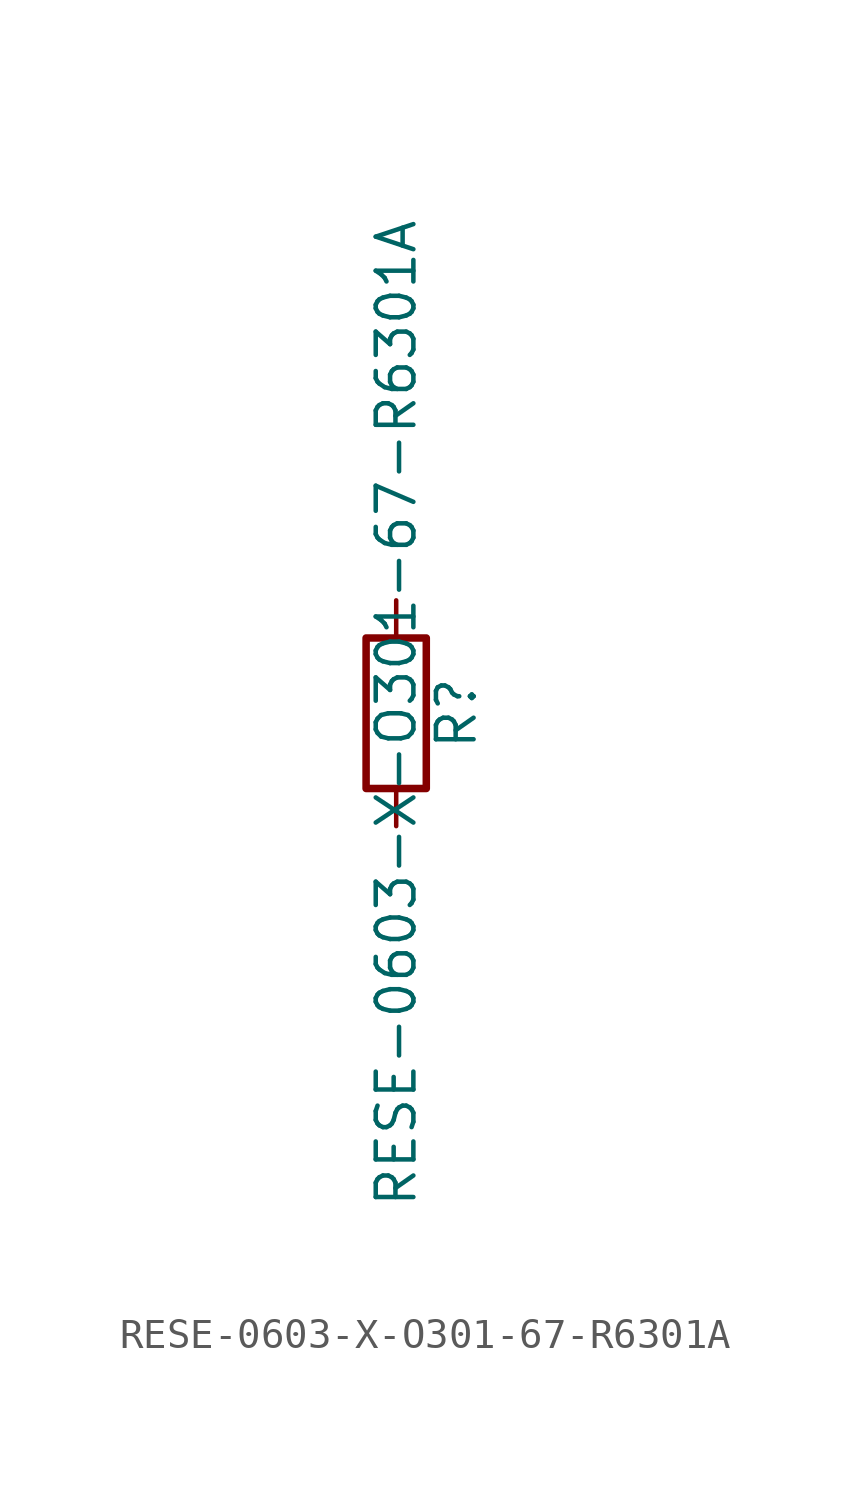
<source format=kicad_sym>
(kicad_symbol_lib
  (version 20211014)
  (generator kicad_symbol_editor)
  (symbol "RESE-0603-X-O301-67-R6301A"
    (pin_numbers hide)
    (pin_names
      (offset 0))
    (property "Reference" "R"
      (at 2.032 0 90)
      (effects (font (size 1.27 1.27))))
    (property "Value" "RESE-0603-X-O301-67-R6301A"
      (at 0 0 90)
      (effects (font (size 1.27 1.27))))
    (symbol "RESE-0603-X-O301-67-R6301A_0_1"
      (rectangle (start -1.016 -2.54) (end 1.016 2.54) (stroke (width 0.254) (type default) (color 0 0 0 0)) (fill (type none))))
    (symbol "RESE-0603-X-O301-67-R6301A_1_1"
      (pin passive line (at 0 3.81 270) (length 1.27) (name "~" (effects (font (size 1.27 1.27)))) (number "1" (effects (font (size 1.27 1.27)))))
      (pin passive line (at 0 -3.81 90) (length 1.27) (name "~" (effects (font (size 1.27 1.27)))) (number "2" (effects (font (size 1.27 1.27))))))))
</source>
